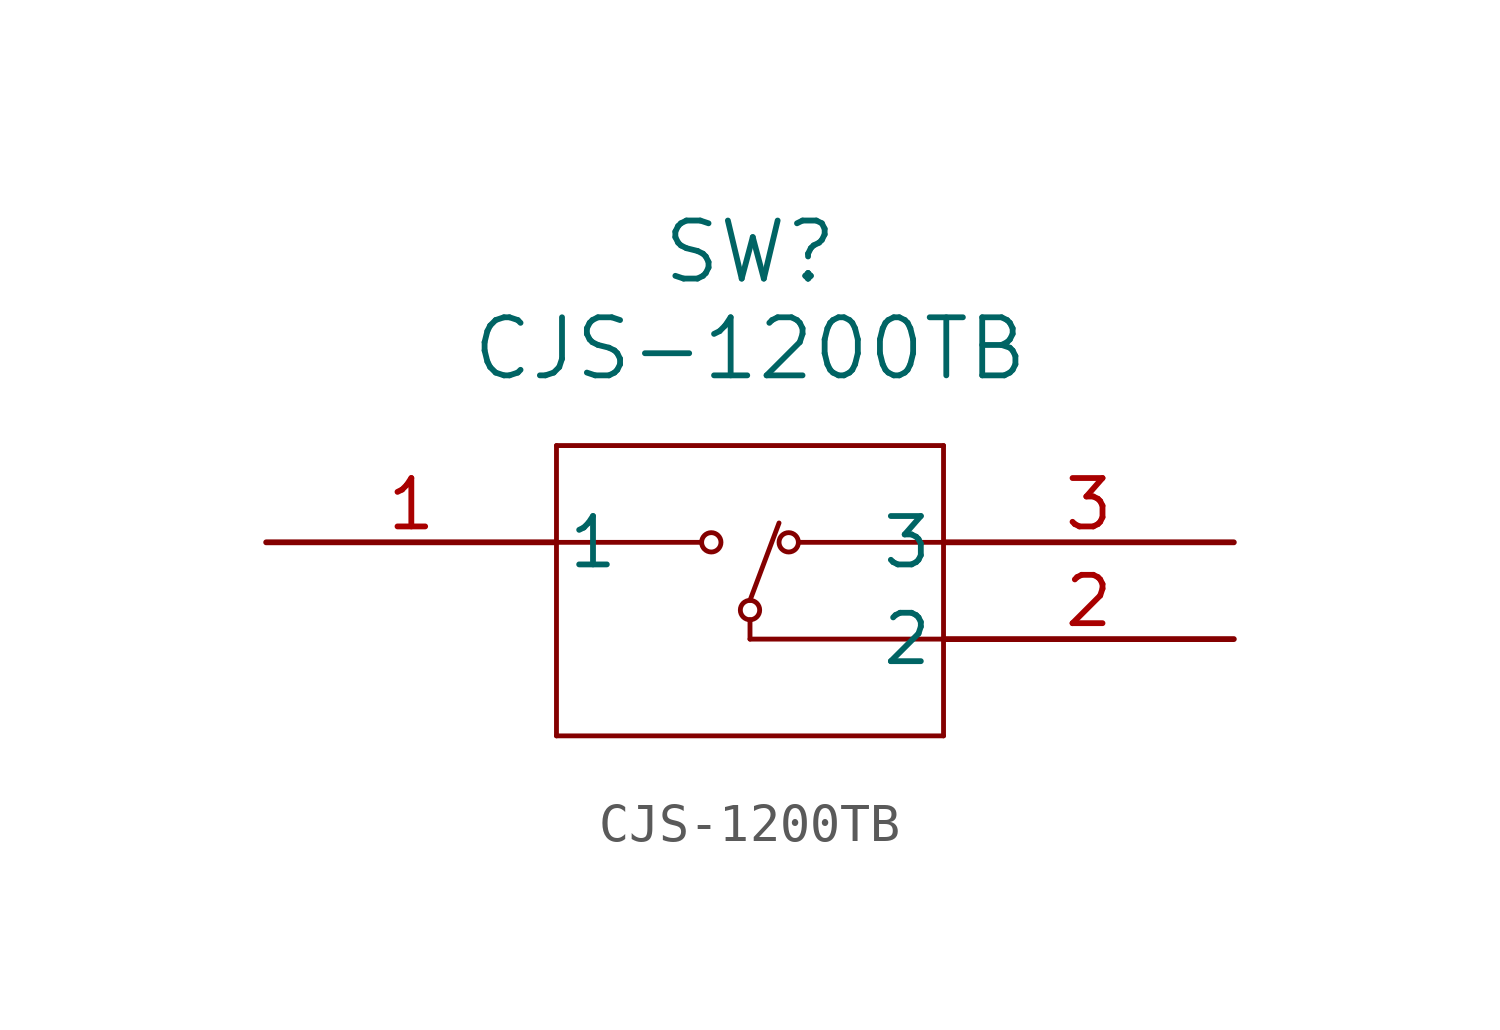
<source format=kicad_sym>
(kicad_symbol_lib
  (version 20211014)
  (generator kicad_symbol_editor)
  (symbol "CJS-1200TB"
    (pin_names
      (offset 0.254))
    (property "Reference" "SW"
      (at 12.7 7.62 0)
      (effects (font (size 1.524 1.524))))
    (property "Value" "CJS-1200TB"
      (at 12.7 5.08 0)
      (effects (font (size 1.524 1.524))))
    (symbol "CJS-1200TB_0_1"
      (polyline (pts (xy 7.62 2.54) (xy 7.62 -5.08)) (stroke (width 0.127) (type default) (color 0 0 0 0)) (fill (type none)))
      (polyline (pts (xy 7.62 -5.08) (xy 17.78 -5.08)) (stroke (width 0.127) (type default) (color 0 0 0 0)) (fill (type none)))
      (polyline (pts (xy 17.78 -5.08) (xy 17.78 2.54)) (stroke (width 0.127) (type default) (color 0 0 0 0)) (fill (type none)))
      (polyline (pts (xy 17.78 2.54) (xy 7.62 2.54)) (stroke (width 0.127) (type default) (color 0 0 0 0)) (fill (type none)))
      (polyline (pts (xy 7.62 0) (xy 11.43 0)) (stroke (width 0.127) (type default) (color 0 0 0 0)) (fill (type none)))
      (polyline (pts (xy 17.78 0) (xy 13.97 0)) (stroke (width 0.127) (type default) (color 0 0 0 0)) (fill (type none)))
      (polyline (pts (xy 17.78 -2.54) (xy 12.7 -2.54)) (stroke (width 0.127) (type default) (color 0 0 0 0)) (fill (type none)))
      (polyline (pts (xy 12.7 -2.032) (xy 12.7 -2.54)) (stroke (width 0.127) (type default) (color 0 0 0 0)) (fill (type none)))
      (circle (center 12.7 -1.778) (radius 0.254) (stroke (width 0.127) (type default) (color 0 0 0 0)) (fill (type none)))
      (polyline (pts (xy 12.7 -1.524) (xy 13.462 0.508)) (stroke (width 0.127) (type default) (color 0 0 0 0)) (fill (type none)))
      (circle (center 11.684 0) (radius 0.254) (stroke (width 0.127) (type default) (color 0 0 0 0)) (fill (type none)))
      (circle (center 13.716 0) (radius 0.254) (stroke (width 0.127) (type default) (color 0 0 0 0)) (fill (type none)))
      (pin unspecified line (at 0 0 0) (length 7.62) (name "1" (effects (font (size 1.27 1.27)))) (number "1" (effects (font (size 1.27 1.27)))))
      (pin unspecified line (at 25.4 -2.54 180) (length 7.62) (name "2" (effects (font (size 1.27 1.27)))) (number "2" (effects (font (size 1.27 1.27)))))
      (pin unspecified line (at 25.4 0 180) (length 7.62) (name "3" (effects (font (size 1.27 1.27)))) (number "3" (effects (font (size 1.27 1.27))))))))
</source>
